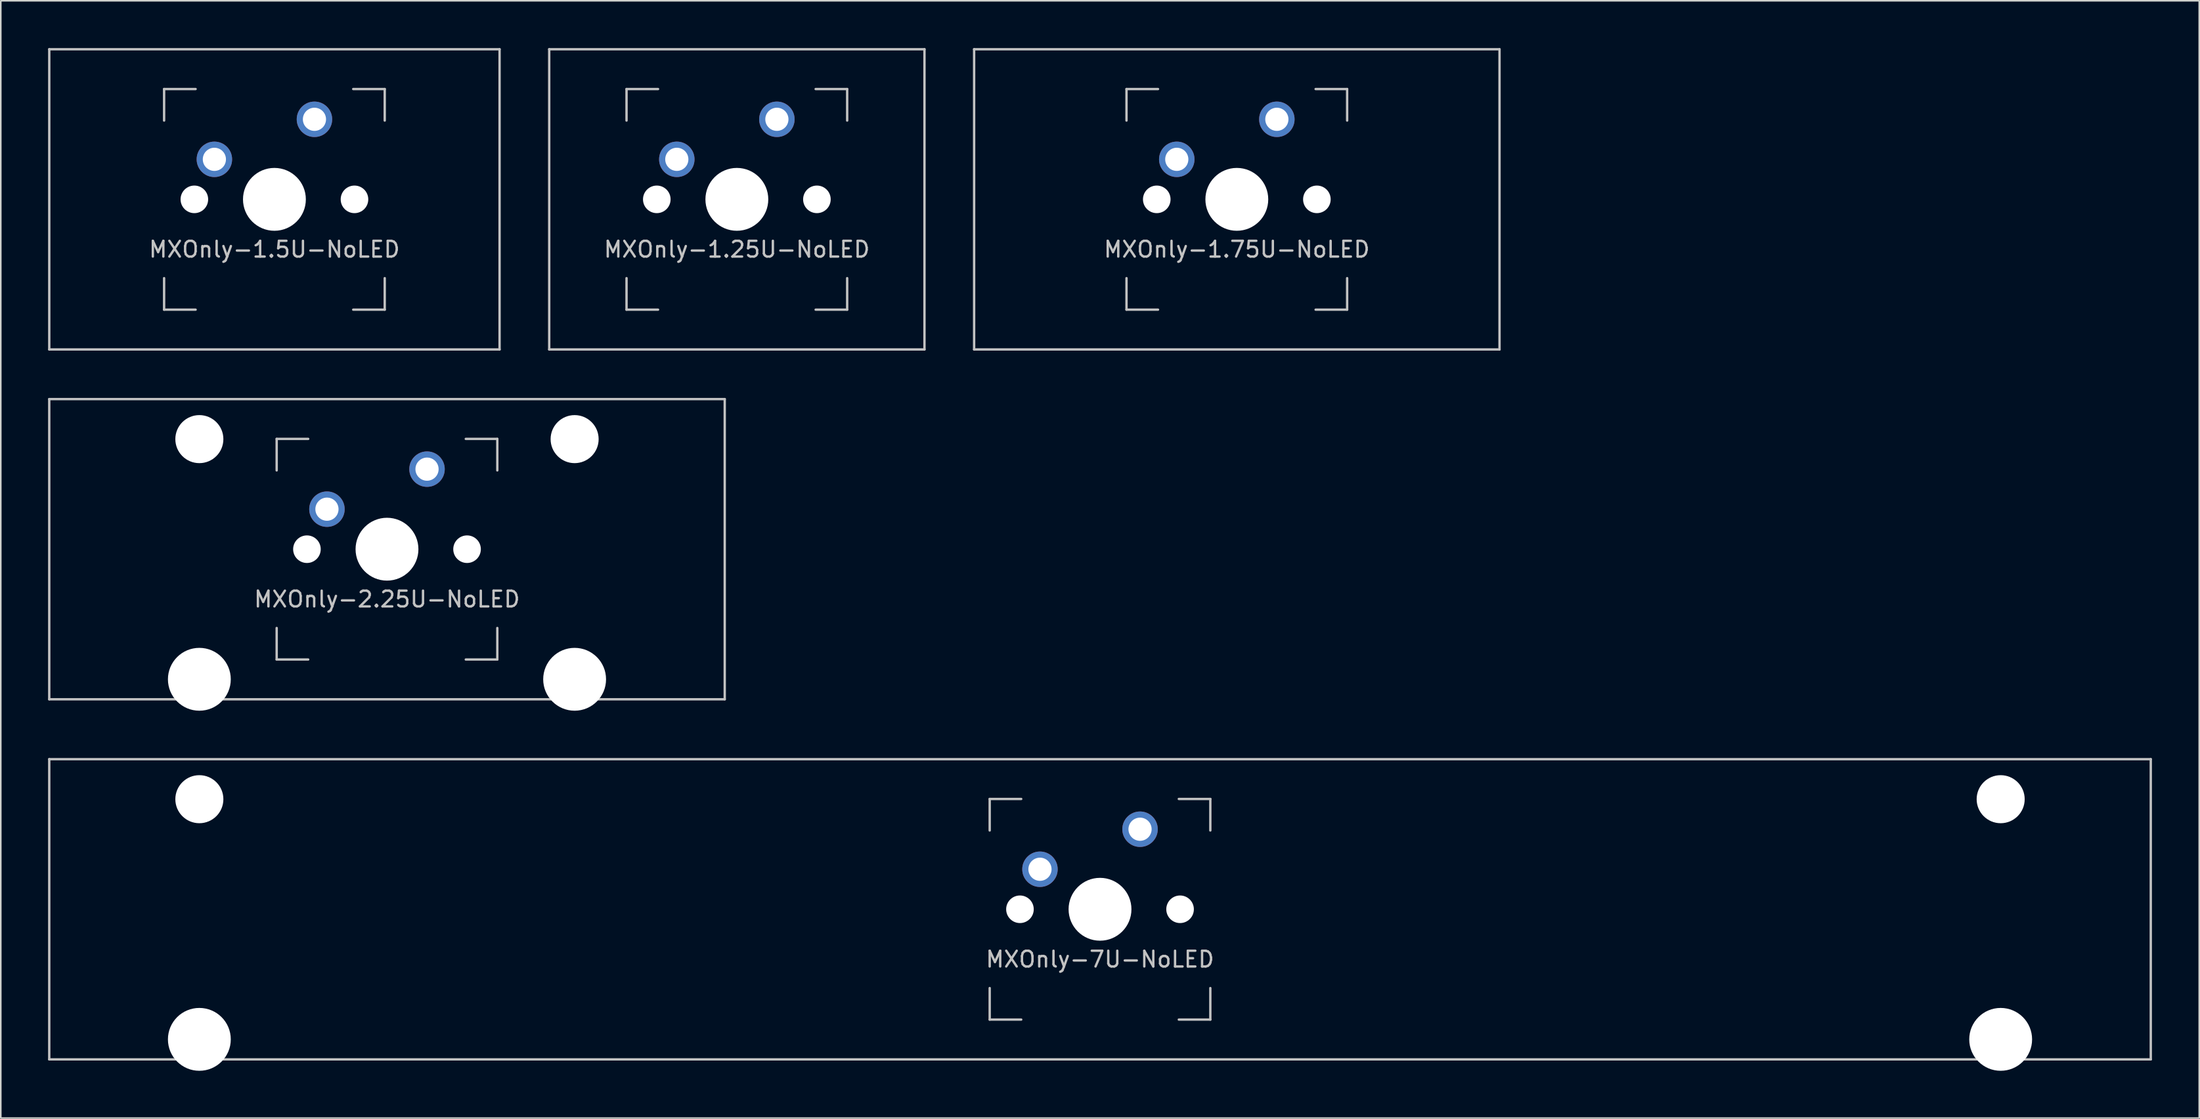
<source format=kicad_pcb>
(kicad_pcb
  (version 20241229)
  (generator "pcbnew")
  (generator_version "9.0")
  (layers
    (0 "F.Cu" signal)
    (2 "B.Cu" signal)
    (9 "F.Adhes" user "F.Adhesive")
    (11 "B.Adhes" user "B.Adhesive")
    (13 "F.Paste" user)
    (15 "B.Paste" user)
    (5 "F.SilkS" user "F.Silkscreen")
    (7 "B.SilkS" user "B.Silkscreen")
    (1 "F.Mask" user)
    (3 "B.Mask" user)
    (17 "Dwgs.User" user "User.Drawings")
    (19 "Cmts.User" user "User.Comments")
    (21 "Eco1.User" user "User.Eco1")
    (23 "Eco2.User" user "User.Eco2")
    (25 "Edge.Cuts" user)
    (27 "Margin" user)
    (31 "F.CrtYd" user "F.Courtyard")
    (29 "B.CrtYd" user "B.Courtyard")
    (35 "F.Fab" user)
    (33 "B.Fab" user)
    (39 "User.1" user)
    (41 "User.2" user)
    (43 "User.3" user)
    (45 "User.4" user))
  (footprint "MXOnly-2.25U-NoLED"
    (layer "F.Cu")
    (at 21.506 31.8)
    (property "Reference" "MXOnly-2.25U-NoLED" (at 0 3.175 0) (layer "Dwgs.User") (effects (font (size 1 1) (thickness 0.15))))
    (attr through_hole)
    (fp_line (start -21.431 -9.525) (end 21.431 -9.525) (stroke (width 0.15) (type solid)) (layer "Dwgs.User"))
    (fp_line (start -21.431 9.525) (end -21.431 -9.525) (stroke (width 0.15) (type solid)) (layer "Dwgs.User"))
    (fp_line (start -21.431 9.525) (end 21.431 9.525) (stroke (width 0.15) (type solid)) (layer "Dwgs.User"))
    (fp_line (start -7 -7) (end -7 -5) (stroke (width 0.15) (type solid)) (layer "Dwgs.User"))
    (fp_line (start -7 5) (end -7 7) (stroke (width 0.15) (type solid)) (layer "Dwgs.User"))
    (fp_line (start -7 7) (end -5 7) (stroke (width 0.15) (type solid)) (layer "Dwgs.User"))
    (fp_line (start -5 -7) (end -7 -7) (stroke (width 0.15) (type solid)) (layer "Dwgs.User"))
    (fp_line (start 5 -7) (end 7 -7) (stroke (width 0.15) (type solid)) (layer "Dwgs.User"))
    (fp_line (start 5 7) (end 7 7) (stroke (width 0.15) (type solid)) (layer "Dwgs.User"))
    (fp_line (start 7 -7) (end 7 -5) (stroke (width 0.15) (type solid)) (layer "Dwgs.User"))
    (fp_line (start 7 7) (end 7 5) (stroke (width 0.15) (type solid)) (layer "Dwgs.User"))
    (fp_line (start 21.431 -9.525) (end 21.431 9.525) (stroke (width 0.15) (type solid)) (layer "Dwgs.User"))
    (pad "" np_thru_hole circle (at -11.906 -6.985) (size 3.048 3.048) (drill 3.048) (layers "*.Cu" "*.Mask"))
    (pad "" np_thru_hole circle (at -11.906 8.255) (size 3.988 3.988) (drill 3.988) (layers "*.Cu" "*.Mask"))
    (pad "" np_thru_hole circle (at -5.08 0 48.1) (size 1.75 1.75) (drill 1.75) (layers "*.Cu" "*.Mask"))
    (pad "" np_thru_hole circle (at 0 0) (size 3.988 3.988) (drill 3.988) (layers "*.Cu" "*.Mask"))
    (pad "" np_thru_hole circle (at 5.08 0 48.1) (size 1.75 1.75) (drill 1.75) (layers "*.Cu" "*.Mask"))
    (pad "" np_thru_hole circle (at 11.906 -6.985) (size 3.048 3.048) (drill 3.048) (layers "*.Cu" "*.Mask"))
    (pad "" np_thru_hole circle (at 11.906 8.255) (size 3.988 3.988) (drill 3.988) (layers "*.Cu" "*.Mask"))
    (pad "1" thru_hole circle (at -3.81 -2.54) (size 2.25 2.25) (drill 1.47) (layers "*.Cu" "B.Mask"))
    (pad "2" thru_hole circle (at 2.54 -5.08) (size 2.25 2.25) (drill 1.47) (layers "*.Cu" "B.Mask")))
  (footprint "MXOnly-1.25U-NoLED"
    (layer "F.Cu")
    (at 43.706 9.6)
    (property "Reference" "MXOnly-1.25U-NoLED" (at 0 3.175 0) (layer "Dwgs.User") (effects (font (size 1 1) (thickness 0.15))))
    (attr through_hole)
    (fp_line (start -11.906 -9.525) (end 11.906 -9.525) (stroke (width 0.15) (type solid)) (layer "Dwgs.User"))
    (fp_line (start -11.906 9.525) (end -11.906 -9.525) (stroke (width 0.15) (type solid)) (layer "Dwgs.User"))
    (fp_line (start -11.906 9.525) (end 11.906 9.525) (stroke (width 0.15) (type solid)) (layer "Dwgs.User"))
    (fp_line (start -7 -7) (end -7 -5) (stroke (width 0.15) (type solid)) (layer "Dwgs.User"))
    (fp_line (start -7 5) (end -7 7) (stroke (width 0.15) (type solid)) (layer "Dwgs.User"))
    (fp_line (start -7 7) (end -5 7) (stroke (width 0.15) (type solid)) (layer "Dwgs.User"))
    (fp_line (start -5 -7) (end -7 -7) (stroke (width 0.15) (type solid)) (layer "Dwgs.User"))
    (fp_line (start 5 -7) (end 7 -7) (stroke (width 0.15) (type solid)) (layer "Dwgs.User"))
    (fp_line (start 5 7) (end 7 7) (stroke (width 0.15) (type solid)) (layer "Dwgs.User"))
    (fp_line (start 7 -7) (end 7 -5) (stroke (width 0.15) (type solid)) (layer "Dwgs.User"))
    (fp_line (start 7 7) (end 7 5) (stroke (width 0.15) (type solid)) (layer "Dwgs.User"))
    (fp_line (start 11.906 -9.525) (end 11.906 9.525) (stroke (width 0.15) (type solid)) (layer "Dwgs.User"))
    (pad "" np_thru_hole circle (at -5.08 0 48.1) (size 1.75 1.75) (drill 1.75) (layers "*.Cu" "*.Mask"))
    (pad "" np_thru_hole circle (at 0 0) (size 3.988 3.988) (drill 3.988) (layers "*.Cu" "*.Mask"))
    (pad "" np_thru_hole circle (at 5.08 0 48.1) (size 1.75 1.75) (drill 1.75) (layers "*.Cu" "*.Mask"))
    (pad "1" thru_hole circle (at -3.81 -2.54) (size 2.25 2.25) (drill 1.47) (layers "*.Cu" "B.Mask"))
    (pad "2" thru_hole circle (at 2.54 -5.08) (size 2.25 2.25) (drill 1.47) (layers "*.Cu" "B.Mask")))
  (footprint "MXOnly-7U-NoLED"
    (layer "F.Cu")
    (at 66.75 54.649)
    (property "Reference" "MXOnly-7U-NoLED" (at 0 3.175 0) (layer "Dwgs.User") (effects (font (size 1 1) (thickness 0.15))))
    (attr through_hole)
    (fp_line (start -66.675 -9.525) (end 66.675 -9.525) (stroke (width 0.15) (type solid)) (layer "Dwgs.User"))
    (fp_line (start -66.675 9.525) (end -66.675 -9.525) (stroke (width 0.15) (type solid)) (layer "Dwgs.User"))
    (fp_line (start -66.675 9.525) (end 66.675 9.525) (stroke (width 0.15) (type solid)) (layer "Dwgs.User"))
    (fp_line (start -7 -7) (end -7 -5) (stroke (width 0.15) (type solid)) (layer "Dwgs.User"))
    (fp_line (start -7 5) (end -7 7) (stroke (width 0.15) (type solid)) (layer "Dwgs.User"))
    (fp_line (start -7 7) (end -5 7) (stroke (width 0.15) (type solid)) (layer "Dwgs.User"))
    (fp_line (start -5 -7) (end -7 -7) (stroke (width 0.15) (type solid)) (layer "Dwgs.User"))
    (fp_line (start 5 -7) (end 7 -7) (stroke (width 0.15) (type solid)) (layer "Dwgs.User"))
    (fp_line (start 5 7) (end 7 7) (stroke (width 0.15) (type solid)) (layer "Dwgs.User"))
    (fp_line (start 7 -7) (end 7 -5) (stroke (width 0.15) (type solid)) (layer "Dwgs.User"))
    (fp_line (start 7 7) (end 7 5) (stroke (width 0.15) (type solid)) (layer "Dwgs.User"))
    (fp_line (start 66.675 -9.525) (end 66.675 9.525) (stroke (width 0.15) (type solid)) (layer "Dwgs.User"))
    (pad "" np_thru_hole circle (at -57.15 -6.985) (size 3.048 3.048) (drill 3.048) (layers "*.Cu" "*.Mask"))
    (pad "" np_thru_hole circle (at -57.15 8.255) (size 3.988 3.988) (drill 3.988) (layers "*.Cu" "*.Mask"))
    (pad "" np_thru_hole circle (at -5.08 0 48.1) (size 1.75 1.75) (drill 1.75) (layers "*.Cu" "*.Mask"))
    (pad "" np_thru_hole circle (at 0 0) (size 3.988 3.988) (drill 3.988) (layers "*.Cu" "*.Mask"))
    (pad "" np_thru_hole circle (at 5.08 0 48.1) (size 1.75 1.75) (drill 1.75) (layers "*.Cu" "*.Mask"))
    (pad "" np_thru_hole circle (at 57.15 -6.985) (size 3.048 3.048) (drill 3.048) (layers "*.Cu" "*.Mask"))
    (pad "" np_thru_hole circle (at 57.15 8.255) (size 3.988 3.988) (drill 3.988) (layers "*.Cu" "*.Mask"))
    (pad "1" thru_hole circle (at -3.81 -2.54) (size 2.25 2.25) (drill 1.47) (layers "*.Cu" "B.Mask"))
    (pad "2" thru_hole circle (at 2.54 -5.08) (size 2.25 2.25) (drill 1.47) (layers "*.Cu" "B.Mask")))
  (footprint "MXOnly-1.75U-NoLED"
    (layer "F.Cu")
    (at 75.431 9.6)
    (property "Reference" "MXOnly-1.75U-NoLED" (at 0 3.175 0) (layer "Dwgs.User") (effects (font (size 1 1) (thickness 0.15))))
    (attr through_hole)
    (fp_line (start -16.669 -9.525) (end 16.669 -9.525) (stroke (width 0.15) (type solid)) (layer "Dwgs.User"))
    (fp_line (start -16.669 9.525) (end -16.669 -9.525) (stroke (width 0.15) (type solid)) (layer "Dwgs.User"))
    (fp_line (start -16.669 9.525) (end 16.669 9.525) (stroke (width 0.15) (type solid)) (layer "Dwgs.User"))
    (fp_line (start -7 -7) (end -7 -5) (stroke (width 0.15) (type solid)) (layer "Dwgs.User"))
    (fp_line (start -7 5) (end -7 7) (stroke (width 0.15) (type solid)) (layer "Dwgs.User"))
    (fp_line (start -7 7) (end -5 7) (stroke (width 0.15) (type solid)) (layer "Dwgs.User"))
    (fp_line (start -5 -7) (end -7 -7) (stroke (width 0.15) (type solid)) (layer "Dwgs.User"))
    (fp_line (start 5 -7) (end 7 -7) (stroke (width 0.15) (type solid)) (layer "Dwgs.User"))
    (fp_line (start 5 7) (end 7 7) (stroke (width 0.15) (type solid)) (layer "Dwgs.User"))
    (fp_line (start 7 -7) (end 7 -5) (stroke (width 0.15) (type solid)) (layer "Dwgs.User"))
    (fp_line (start 7 7) (end 7 5) (stroke (width 0.15) (type solid)) (layer "Dwgs.User"))
    (fp_line (start 16.669 -9.525) (end 16.669 9.525) (stroke (width 0.15) (type solid)) (layer "Dwgs.User"))
    (pad "" np_thru_hole circle (at -5.08 0 48.1) (size 1.75 1.75) (drill 1.75) (layers "*.Cu" "*.Mask"))
    (pad "" np_thru_hole circle (at 0 0) (size 3.988 3.988) (drill 3.988) (layers "*.Cu" "*.Mask"))
    (pad "" np_thru_hole circle (at 5.08 0 48.1) (size 1.75 1.75) (drill 1.75) (layers "*.Cu" "*.Mask"))
    (pad "1" thru_hole circle (at -3.81 -2.54) (size 2.25 2.25) (drill 1.47) (layers "*.Cu" "B.Mask"))
    (pad "2" thru_hole circle (at 2.54 -5.08) (size 2.25 2.25) (drill 1.47) (layers "*.Cu" "B.Mask")))
  (footprint "MXOnly-1.5U-NoLED"
    (layer "F.Cu")
    (at 14.363 9.6)
    (property "Reference" "MXOnly-1.5U-NoLED" (at 0 3.175 0) (layer "Dwgs.User") (effects (font (size 1 1) (thickness 0.15))))
    (attr through_hole)
    (fp_line (start -14.287 -9.525) (end 14.287 -9.525) (stroke (width 0.15) (type solid)) (layer "Dwgs.User"))
    (fp_line (start -14.287 9.525) (end -14.287 -9.525) (stroke (width 0.15) (type solid)) (layer "Dwgs.User"))
    (fp_line (start -14.287 9.525) (end 14.287 9.525) (stroke (width 0.15) (type solid)) (layer "Dwgs.User"))
    (fp_line (start -7 -7) (end -7 -5) (stroke (width 0.15) (type solid)) (layer "Dwgs.User"))
    (fp_line (start -7 5) (end -7 7) (stroke (width 0.15) (type solid)) (layer "Dwgs.User"))
    (fp_line (start -7 7) (end -5 7) (stroke (width 0.15) (type solid)) (layer "Dwgs.User"))
    (fp_line (start -5 -7) (end -7 -7) (stroke (width 0.15) (type solid)) (layer "Dwgs.User"))
    (fp_line (start 5 -7) (end 7 -7) (stroke (width 0.15) (type solid)) (layer "Dwgs.User"))
    (fp_line (start 5 7) (end 7 7) (stroke (width 0.15) (type solid)) (layer "Dwgs.User"))
    (fp_line (start 7 -7) (end 7 -5) (stroke (width 0.15) (type solid)) (layer "Dwgs.User"))
    (fp_line (start 7 7) (end 7 5) (stroke (width 0.15) (type solid)) (layer "Dwgs.User"))
    (fp_line (start 14.287 -9.525) (end 14.287 9.525) (stroke (width 0.15) (type solid)) (layer "Dwgs.User"))
    (pad "" np_thru_hole circle (at -5.08 0 48.1) (size 1.75 1.75) (drill 1.75) (layers "*.Cu" "*.Mask"))
    (pad "" np_thru_hole circle (at 0 0) (size 3.988 3.988) (drill 3.988) (layers "*.Cu" "*.Mask"))
    (pad "" np_thru_hole circle (at 5.08 0 48.1) (size 1.75 1.75) (drill 1.75) (layers "*.Cu" "*.Mask"))
    (pad "1" thru_hole circle (at -3.81 -2.54) (size 2.25 2.25) (drill 1.47) (layers "*.Cu" "B.Mask"))
    (pad "2" thru_hole circle (at 2.54 -5.08) (size 2.25 2.25) (drill 1.47) (layers "*.Cu" "B.Mask")))
  (gr_rect
    (start -3 -3)
    (end 136.5 67.898)
    (stroke (width 0.1) (type default))
    (fill no)
    (layer "Edge.Cuts")))
</source>
